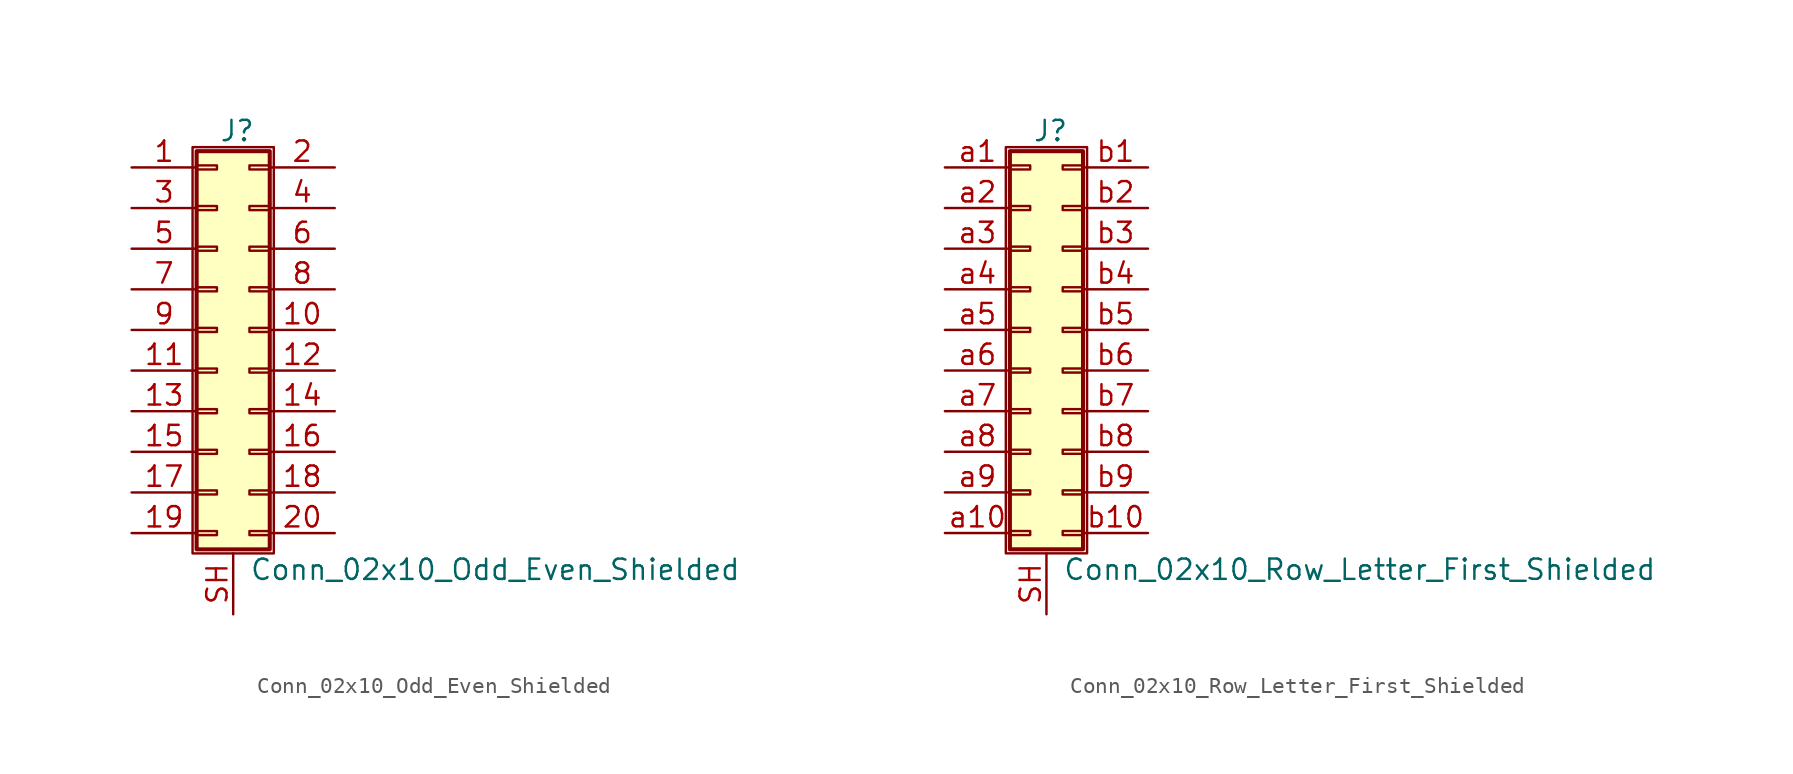
<source format=kicad_sym>
(kicad_symbol_lib
  (version 20220914)
  (generator kicad_symbol_editor)
  (symbol "Conn_02x10_Odd_Even_Shielded"
    (pin_names
      (offset 1.016) hide)
    (property "Reference" "J"
      (at 1.524 12.446 0)
      (effects (font (size 1.27 1.27))))
    (property "Value" "Conn_02x10_Odd_Even_Shielded"
      (at 2.286 -14.986 0)
      (effects (font (size 1.27 1.27)) (justify left)))
    (symbol "Conn_02x10_Odd_Even_Shielded_1_1"
      (rectangle (start -1.27 11.43) (end 3.81 -13.97) (stroke (width 0.152) (type default)) (fill (type none)))
      (rectangle (start -1.016 -12.573) (end 0.254 -12.827) (stroke (width 0.152) (type default)) (fill (type none)))
      (rectangle (start -1.016 -10.033) (end 0.254 -10.287) (stroke (width 0.152) (type default)) (fill (type none)))
      (rectangle (start -1.016 -7.493) (end 0.254 -7.747) (stroke (width 0.152) (type default)) (fill (type none)))
      (rectangle (start -1.016 -4.953) (end 0.254 -5.207) (stroke (width 0.152) (type default)) (fill (type none)))
      (rectangle (start -1.016 -2.413) (end 0.254 -2.667) (stroke (width 0.152) (type default)) (fill (type none)))
      (rectangle (start -1.016 0.127) (end 0.254 -0.127) (stroke (width 0.152) (type default)) (fill (type none)))
      (rectangle (start -1.016 2.667) (end 0.254 2.413) (stroke (width 0.152) (type default)) (fill (type none)))
      (rectangle (start -1.016 5.207) (end 0.254 4.953) (stroke (width 0.152) (type default)) (fill (type none)))
      (rectangle (start -1.016 7.747) (end 0.254 7.493) (stroke (width 0.152) (type default)) (fill (type none)))
      (rectangle (start -1.016 10.287) (end 0.254 10.033) (stroke (width 0.152) (type default)) (fill (type none)))
      (rectangle (start -1.016 11.176) (end 3.556 -13.716) (stroke (width 0.254) (type default)) (fill (type background)))
      (rectangle (start 3.556 -12.573) (end 2.286 -12.827) (stroke (width 0.152) (type default)) (fill (type none)))
      (rectangle (start 3.556 -10.033) (end 2.286 -10.287) (stroke (width 0.152) (type default)) (fill (type none)))
      (rectangle (start 3.556 -7.493) (end 2.286 -7.747) (stroke (width 0.152) (type default)) (fill (type none)))
      (rectangle (start 3.556 -4.953) (end 2.286 -5.207) (stroke (width 0.152) (type default)) (fill (type none)))
      (rectangle (start 3.556 -2.413) (end 2.286 -2.667) (stroke (width 0.152) (type default)) (fill (type none)))
      (rectangle (start 3.556 0.127) (end 2.286 -0.127) (stroke (width 0.152) (type default)) (fill (type none)))
      (rectangle (start 3.556 2.667) (end 2.286 2.413) (stroke (width 0.152) (type default)) (fill (type none)))
      (rectangle (start 3.556 5.207) (end 2.286 4.953) (stroke (width 0.152) (type default)) (fill (type none)))
      (rectangle (start 3.556 7.747) (end 2.286 7.493) (stroke (width 0.152) (type default)) (fill (type none)))
      (rectangle (start 3.556 10.287) (end 2.286 10.033) (stroke (width 0.152) (type default)) (fill (type none)))
      (pin passive line (at -5.08 10.16 0) (length 4.064) (name "Pin_1" (effects (font (size 1.27 1.27)))) (number "1" (effects (font (size 1.27 1.27)))))
      (pin passive line (at 7.62 0 180) (length 4.064) (name "Pin_10" (effects (font (size 1.27 1.27)))) (number "10" (effects (font (size 1.27 1.27)))))
      (pin passive line (at -5.08 -2.54 0) (length 4.064) (name "Pin_11" (effects (font (size 1.27 1.27)))) (number "11" (effects (font (size 1.27 1.27)))))
      (pin passive line (at 7.62 -2.54 180) (length 4.064) (name "Pin_12" (effects (font (size 1.27 1.27)))) (number "12" (effects (font (size 1.27 1.27)))))
      (pin passive line (at -5.08 -5.08 0) (length 4.064) (name "Pin_13" (effects (font (size 1.27 1.27)))) (number "13" (effects (font (size 1.27 1.27)))))
      (pin passive line (at 7.62 -5.08 180) (length 4.064) (name "Pin_14" (effects (font (size 1.27 1.27)))) (number "14" (effects (font (size 1.27 1.27)))))
      (pin passive line (at -5.08 -7.62 0) (length 4.064) (name "Pin_15" (effects (font (size 1.27 1.27)))) (number "15" (effects (font (size 1.27 1.27)))))
      (pin passive line (at 7.62 -7.62 180) (length 4.064) (name "Pin_16" (effects (font (size 1.27 1.27)))) (number "16" (effects (font (size 1.27 1.27)))))
      (pin passive line (at -5.08 -10.16 0) (length 4.064) (name "Pin_17" (effects (font (size 1.27 1.27)))) (number "17" (effects (font (size 1.27 1.27)))))
      (pin passive line (at 7.62 -10.16 180) (length 4.064) (name "Pin_18" (effects (font (size 1.27 1.27)))) (number "18" (effects (font (size 1.27 1.27)))))
      (pin passive line (at -5.08 -12.7 0) (length 4.064) (name "Pin_19" (effects (font (size 1.27 1.27)))) (number "19" (effects (font (size 1.27 1.27)))))
      (pin passive line (at 7.62 10.16 180) (length 4.064) (name "Pin_2" (effects (font (size 1.27 1.27)))) (number "2" (effects (font (size 1.27 1.27)))))
      (pin passive line (at 7.62 -12.7 180) (length 4.064) (name "Pin_20" (effects (font (size 1.27 1.27)))) (number "20" (effects (font (size 1.27 1.27)))))
      (pin passive line (at -5.08 7.62 0) (length 4.064) (name "Pin_3" (effects (font (size 1.27 1.27)))) (number "3" (effects (font (size 1.27 1.27)))))
      (pin passive line (at 7.62 7.62 180) (length 4.064) (name "Pin_4" (effects (font (size 1.27 1.27)))) (number "4" (effects (font (size 1.27 1.27)))))
      (pin passive line (at -5.08 5.08 0) (length 4.064) (name "Pin_5" (effects (font (size 1.27 1.27)))) (number "5" (effects (font (size 1.27 1.27)))))
      (pin passive line (at 7.62 5.08 180) (length 4.064) (name "Pin_6" (effects (font (size 1.27 1.27)))) (number "6" (effects (font (size 1.27 1.27)))))
      (pin passive line (at -5.08 2.54 0) (length 4.064) (name "Pin_7" (effects (font (size 1.27 1.27)))) (number "7" (effects (font (size 1.27 1.27)))))
      (pin passive line (at 7.62 2.54 180) (length 4.064) (name "Pin_8" (effects (font (size 1.27 1.27)))) (number "8" (effects (font (size 1.27 1.27)))))
      (pin passive line (at -5.08 0 0) (length 4.064) (name "Pin_9" (effects (font (size 1.27 1.27)))) (number "9" (effects (font (size 1.27 1.27)))))
      (pin passive line (at 1.27 -17.78 90) (length 3.81) (name "Shield" (effects (font (size 1.27 1.27)))) (number "SH" (effects (font (size 1.27 1.27)))))))
  (symbol "Conn_02x10_Row_Letter_First_Shielded"
    (pin_names
      (offset 1.016) hide)
    (property "Reference" "J"
      (at 1.524 12.446 0)
      (effects (font (size 1.27 1.27))))
    (property "Value" "Conn_02x10_Row_Letter_First_Shielded"
      (at 2.286 -14.986 0)
      (effects (font (size 1.27 1.27)) (justify left)))
    (symbol "Conn_02x10_Row_Letter_First_Shielded_1_1"
      (rectangle (start -1.27 11.43) (end 3.81 -13.97) (stroke (width 0.152) (type default)) (fill (type none)))
      (rectangle (start -1.016 -12.573) (end 0.254 -12.827) (stroke (width 0.152) (type default)) (fill (type none)))
      (rectangle (start -1.016 -10.033) (end 0.254 -10.287) (stroke (width 0.152) (type default)) (fill (type none)))
      (rectangle (start -1.016 -7.493) (end 0.254 -7.747) (stroke (width 0.152) (type default)) (fill (type none)))
      (rectangle (start -1.016 -4.953) (end 0.254 -5.207) (stroke (width 0.152) (type default)) (fill (type none)))
      (rectangle (start -1.016 -2.413) (end 0.254 -2.667) (stroke (width 0.152) (type default)) (fill (type none)))
      (rectangle (start -1.016 0.127) (end 0.254 -0.127) (stroke (width 0.152) (type default)) (fill (type none)))
      (rectangle (start -1.016 2.667) (end 0.254 2.413) (stroke (width 0.152) (type default)) (fill (type none)))
      (rectangle (start -1.016 5.207) (end 0.254 4.953) (stroke (width 0.152) (type default)) (fill (type none)))
      (rectangle (start -1.016 7.747) (end 0.254 7.493) (stroke (width 0.152) (type default)) (fill (type none)))
      (rectangle (start -1.016 10.287) (end 0.254 10.033) (stroke (width 0.152) (type default)) (fill (type none)))
      (rectangle (start -1.016 11.176) (end 3.556 -13.716) (stroke (width 0.254) (type default)) (fill (type background)))
      (rectangle (start 3.556 -12.573) (end 2.286 -12.827) (stroke (width 0.152) (type default)) (fill (type none)))
      (rectangle (start 3.556 -10.033) (end 2.286 -10.287) (stroke (width 0.152) (type default)) (fill (type none)))
      (rectangle (start 3.556 -7.493) (end 2.286 -7.747) (stroke (width 0.152) (type default)) (fill (type none)))
      (rectangle (start 3.556 -4.953) (end 2.286 -5.207) (stroke (width 0.152) (type default)) (fill (type none)))
      (rectangle (start 3.556 -2.413) (end 2.286 -2.667) (stroke (width 0.152) (type default)) (fill (type none)))
      (rectangle (start 3.556 0.127) (end 2.286 -0.127) (stroke (width 0.152) (type default)) (fill (type none)))
      (rectangle (start 3.556 2.667) (end 2.286 2.413) (stroke (width 0.152) (type default)) (fill (type none)))
      (rectangle (start 3.556 5.207) (end 2.286 4.953) (stroke (width 0.152) (type default)) (fill (type none)))
      (rectangle (start 3.556 7.747) (end 2.286 7.493) (stroke (width 0.152) (type default)) (fill (type none)))
      (rectangle (start 3.556 10.287) (end 2.286 10.033) (stroke (width 0.152) (type default)) (fill (type none)))
      (pin passive line (at 1.27 -17.78 90) (length 3.81) (name "Shield" (effects (font (size 1.27 1.27)))) (number "SH" (effects (font (size 1.27 1.27)))))
      (pin passive line (at -5.08 10.16 0) (length 4.064) (name "Pin_a1" (effects (font (size 1.27 1.27)))) (number "a1" (effects (font (size 1.27 1.27)))))
      (pin passive line (at -5.08 -12.7 0) (length 4.064) (name "Pin_a10" (effects (font (size 1.27 1.27)))) (number "a10" (effects (font (size 1.27 1.27)))))
      (pin passive line (at -5.08 7.62 0) (length 4.064) (name "Pin_a2" (effects (font (size 1.27 1.27)))) (number "a2" (effects (font (size 1.27 1.27)))))
      (pin passive line (at -5.08 5.08 0) (length 4.064) (name "Pin_a3" (effects (font (size 1.27 1.27)))) (number "a3" (effects (font (size 1.27 1.27)))))
      (pin passive line (at -5.08 2.54 0) (length 4.064) (name "Pin_a4" (effects (font (size 1.27 1.27)))) (number "a4" (effects (font (size 1.27 1.27)))))
      (pin passive line (at -5.08 0 0) (length 4.064) (name "Pin_a5" (effects (font (size 1.27 1.27)))) (number "a5" (effects (font (size 1.27 1.27)))))
      (pin passive line (at -5.08 -2.54 0) (length 4.064) (name "Pin_a6" (effects (font (size 1.27 1.27)))) (number "a6" (effects (font (size 1.27 1.27)))))
      (pin passive line (at -5.08 -5.08 0) (length 4.064) (name "Pin_a7" (effects (font (size 1.27 1.27)))) (number "a7" (effects (font (size 1.27 1.27)))))
      (pin passive line (at -5.08 -7.62 0) (length 4.064) (name "Pin_a8" (effects (font (size 1.27 1.27)))) (number "a8" (effects (font (size 1.27 1.27)))))
      (pin passive line (at -5.08 -10.16 0) (length 4.064) (name "Pin_a9" (effects (font (size 1.27 1.27)))) (number "a9" (effects (font (size 1.27 1.27)))))
      (pin passive line (at 7.62 10.16 180) (length 4.064) (name "Pin_b1" (effects (font (size 1.27 1.27)))) (number "b1" (effects (font (size 1.27 1.27)))))
      (pin passive line (at 7.62 -12.7 180) (length 4.064) (name "Pin_b10" (effects (font (size 1.27 1.27)))) (number "b10" (effects (font (size 1.27 1.27)))))
      (pin passive line (at 7.62 7.62 180) (length 4.064) (name "Pin_b2" (effects (font (size 1.27 1.27)))) (number "b2" (effects (font (size 1.27 1.27)))))
      (pin passive line (at 7.62 5.08 180) (length 4.064) (name "Pin_b3" (effects (font (size 1.27 1.27)))) (number "b3" (effects (font (size 1.27 1.27)))))
      (pin passive line (at 7.62 2.54 180) (length 4.064) (name "Pin_b4" (effects (font (size 1.27 1.27)))) (number "b4" (effects (font (size 1.27 1.27)))))
      (pin passive line (at 7.62 0 180) (length 4.064) (name "Pin_b5" (effects (font (size 1.27 1.27)))) (number "b5" (effects (font (size 1.27 1.27)))))
      (pin passive line (at 7.62 -2.54 180) (length 4.064) (name "Pin_b6" (effects (font (size 1.27 1.27)))) (number "b6" (effects (font (size 1.27 1.27)))))
      (pin passive line (at 7.62 -5.08 180) (length 4.064) (name "Pin_b7" (effects (font (size 1.27 1.27)))) (number "b7" (effects (font (size 1.27 1.27)))))
      (pin passive line (at 7.62 -7.62 180) (length 4.064) (name "Pin_b8" (effects (font (size 1.27 1.27)))) (number "b8" (effects (font (size 1.27 1.27)))))
      (pin passive line (at 7.62 -10.16 180) (length 4.064) (name "Pin_b9" (effects (font (size 1.27 1.27)))) (number "b9" (effects (font (size 1.27 1.27))))))))
</source>
